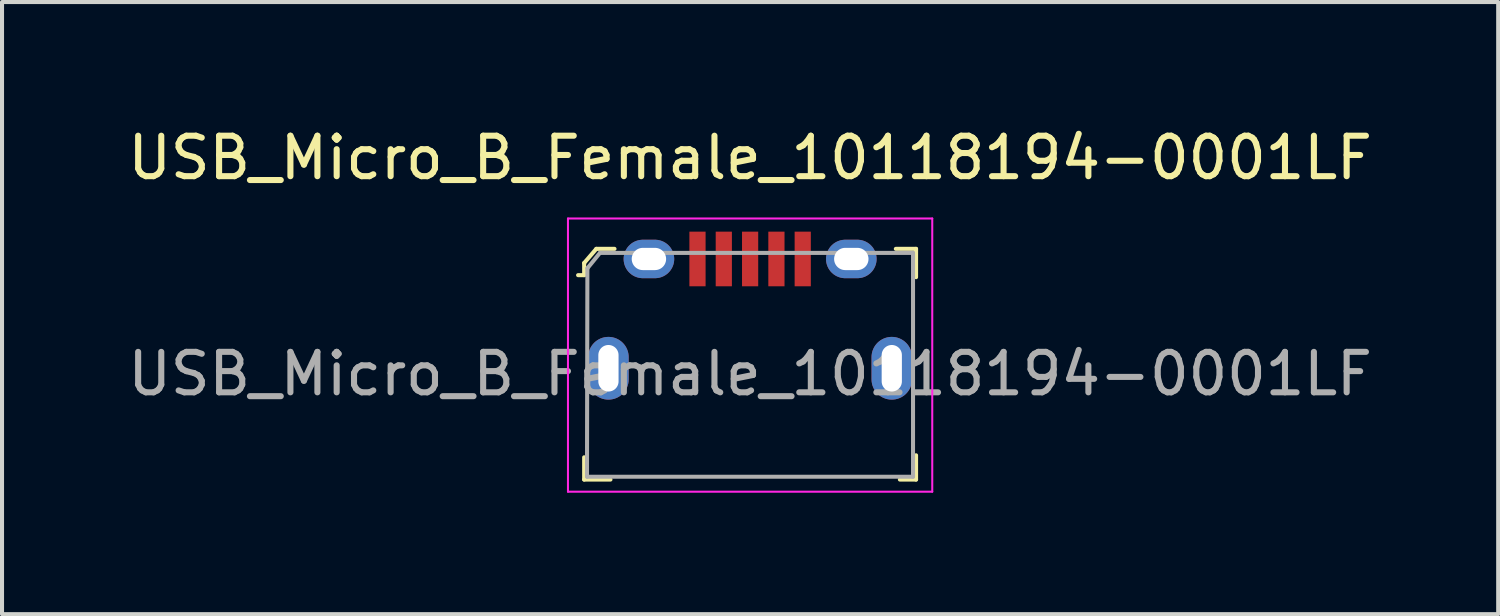
<source format=kicad_pcb>
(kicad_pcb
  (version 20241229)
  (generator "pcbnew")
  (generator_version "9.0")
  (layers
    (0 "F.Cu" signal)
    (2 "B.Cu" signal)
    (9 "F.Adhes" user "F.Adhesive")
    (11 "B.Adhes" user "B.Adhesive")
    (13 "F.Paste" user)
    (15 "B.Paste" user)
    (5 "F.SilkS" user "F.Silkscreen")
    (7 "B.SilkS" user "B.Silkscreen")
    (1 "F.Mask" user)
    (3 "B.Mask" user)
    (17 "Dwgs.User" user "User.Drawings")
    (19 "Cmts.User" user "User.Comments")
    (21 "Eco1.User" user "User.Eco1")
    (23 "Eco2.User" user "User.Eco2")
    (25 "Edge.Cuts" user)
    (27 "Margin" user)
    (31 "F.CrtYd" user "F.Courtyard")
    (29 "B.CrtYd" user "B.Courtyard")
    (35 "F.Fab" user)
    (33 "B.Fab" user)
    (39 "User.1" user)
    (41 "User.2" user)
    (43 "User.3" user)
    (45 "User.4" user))
  (footprint "USB_Micro_B_Female_10118194-0001LF"
    (layer "F.Cu")
    (at 15.482 3.348)
    (property "Reference" "USB_Micro_B_Female_10118194-0001LF" (at 0 -2.5 0) (layer "F.SilkS") (effects (font (size 1 1) (thickness 0.15))))
    (attr smd)
    (fp_line (start -4.1 0.1) (end -4.1 0.4) (stroke (width 0.1) (type solid)) (layer "F.SilkS"))
    (fp_line (start -4.1 0.4) (end -4.25 0.4) (stroke (width 0.1) (type solid)) (layer "F.SilkS"))
    (fp_line (start -4.1 4.9) (end -4.1 5.45) (stroke (width 0.1) (type solid)) (layer "F.SilkS"))
    (fp_line (start -4.1 5.45) (end -3.45 5.45) (stroke (width 0.1) (type solid)) (layer "F.SilkS"))
    (fp_line (start -3.8 -0.25) (end -4.1 0.1) (stroke (width 0.1) (type solid)) (layer "F.SilkS"))
    (fp_line (start -3.35 -0.25) (end -3.8 -0.25) (stroke (width 0.1) (type solid)) (layer "F.SilkS"))
    (fp_line (start 3.6 -0.25) (end 4.1 -0.25) (stroke (width 0.1) (type solid)) (layer "F.SilkS"))
    (fp_line (start 4.1 -0.25) (end 4.1 0.45) (stroke (width 0.1) (type solid)) (layer "F.SilkS"))
    (fp_line (start 4.1 4.85) (end 4.1 5.45) (stroke (width 0.1) (type solid)) (layer "F.SilkS"))
    (fp_line (start 4.1 5.45) (end 3.7 5.45) (stroke (width 0.1) (type solid)) (layer "F.SilkS"))
    (fp_line (start -4.5 -1) (end 4.5 -1) (stroke (width 0.05) (type solid)) (layer "F.CrtYd"))
    (fp_line (start -4.5 5.75) (end -4.5 -1) (stroke (width 0.05) (type solid)) (layer "F.CrtYd"))
    (fp_line (start -4.5 5.75) (end 4.5 5.75) (stroke (width 0.05) (type solid)) (layer "F.CrtYd"))
    (fp_line (start 4.5 5.75) (end 4.5 -1) (stroke (width 0.05) (type solid)) (layer "F.CrtYd"))
    (fp_line (start -4.03 5.38) (end -4.02 0.23) (stroke (width 0.1) (type solid)) (layer "F.Fab"))
    (fp_line (start -4.025 5.38) (end 4.025 5.38) (stroke (width 0.1) (type solid)) (layer "F.Fab"))
    (fp_line (start -4.02 0.23) (end -3.71 -0.15) (stroke (width 0.1) (type solid)) (layer "F.Fab"))
    (fp_line (start 4.02 -0.15) (end -3.71 -0.15) (stroke (width 0.1) (type solid)) (layer "F.Fab"))
    (fp_line (start 4.025 5.38) (end 4.025 -0.15) (stroke (width 0.1) (type solid)) (layer "F.Fab"))
    (fp_text user "${REFERENCE}" (at 0 2.84 0) (layer "F.Fab") (effects (font (size 1 1) (thickness 0.15))))
    (pad "1" smd rect (at -1.3 0) (size 0.4 1.35) (layers "F.Cu" "F.Mask" "F.Paste"))
    (pad "2" smd rect (at -0.65 0) (size 0.4 1.35) (layers "F.Cu" "F.Mask" "F.Paste"))
    (pad "3" smd rect (at 0 0) (size 0.4 1.35) (layers "F.Cu" "F.Mask" "F.Paste"))
    (pad "4" smd rect (at 0.65 0) (size 0.4 1.35) (layers "F.Cu" "F.Mask" "F.Paste"))
    (pad "5" smd rect (at 1.3 0) (size 0.4 1.35) (layers "F.Cu" "F.Mask" "F.Paste"))
    (pad "SH" thru_hole oval (at -3.5 2.7) (size 1 1.55) (drill oval 0.5 1.15) (layers "*.Cu" "*.Mask"))
    (pad "SH" thru_hole oval (at -2.5 0) (size 1.25 0.95) (drill oval 0.85 0.55) (layers "*.Cu" "*.Mask"))
    (pad "SH" thru_hole oval (at 2.5 0) (size 1.25 0.95) (drill oval 0.85 0.55) (layers "*.Cu" "*.Mask"))
    (pad "SH" thru_hole oval (at 3.5 2.7) (size 1 1.55) (drill oval 0.5 1.15) (layers "*.Cu" "*.Mask")))
  (gr_rect
    (start -3 -3)
    (end 33.964 12.123)
    (stroke (width 0.1) (type default))
    (fill no)
    (layer "Edge.Cuts")))
</source>
